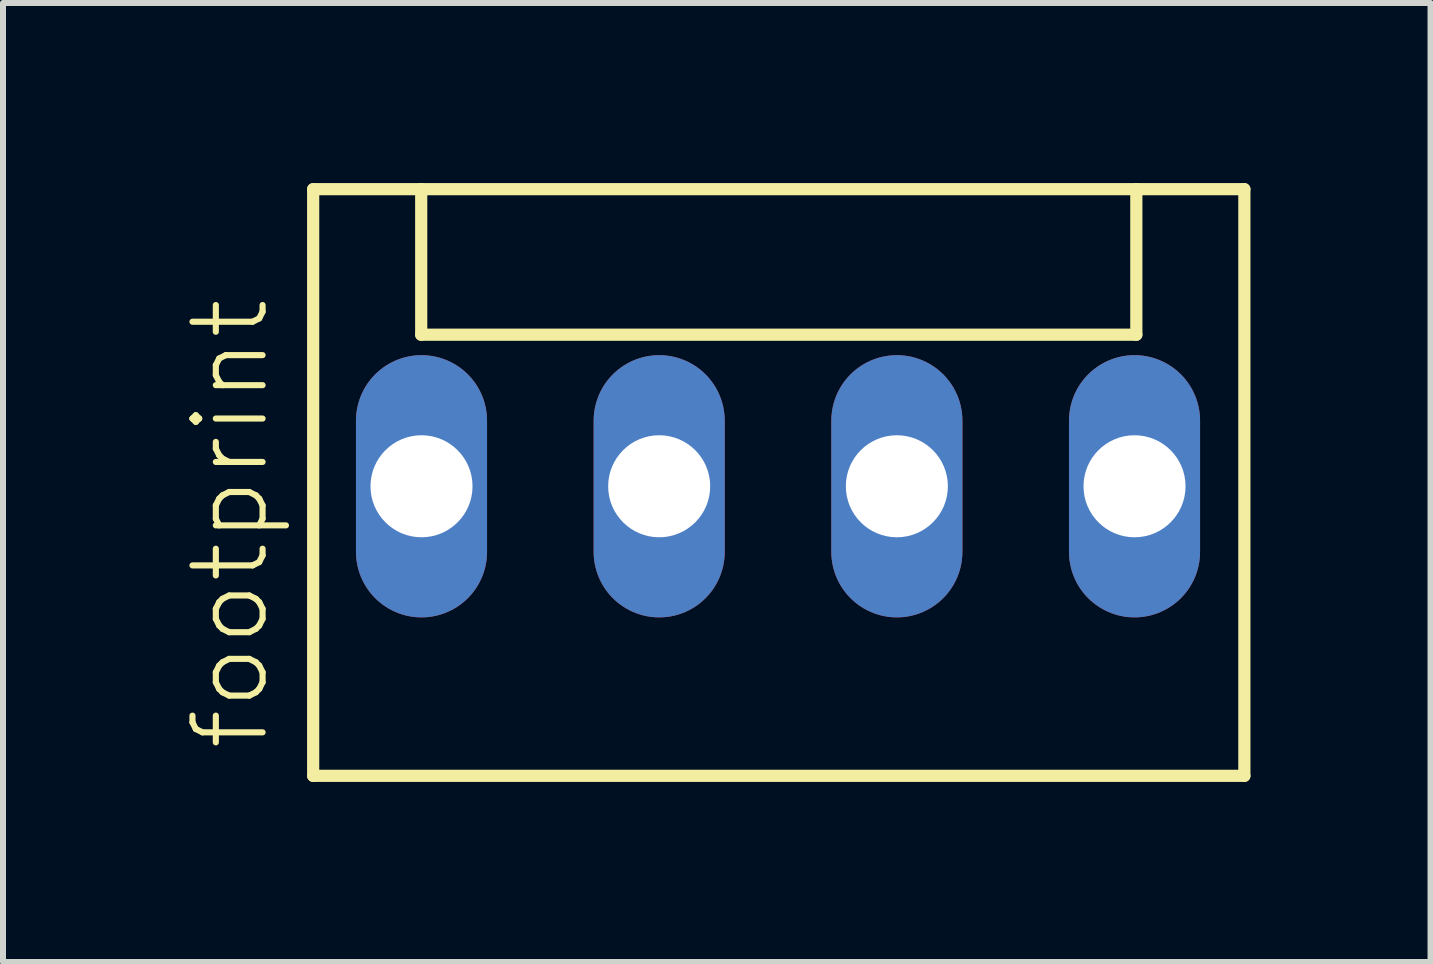
<source format=kicad_pcb>
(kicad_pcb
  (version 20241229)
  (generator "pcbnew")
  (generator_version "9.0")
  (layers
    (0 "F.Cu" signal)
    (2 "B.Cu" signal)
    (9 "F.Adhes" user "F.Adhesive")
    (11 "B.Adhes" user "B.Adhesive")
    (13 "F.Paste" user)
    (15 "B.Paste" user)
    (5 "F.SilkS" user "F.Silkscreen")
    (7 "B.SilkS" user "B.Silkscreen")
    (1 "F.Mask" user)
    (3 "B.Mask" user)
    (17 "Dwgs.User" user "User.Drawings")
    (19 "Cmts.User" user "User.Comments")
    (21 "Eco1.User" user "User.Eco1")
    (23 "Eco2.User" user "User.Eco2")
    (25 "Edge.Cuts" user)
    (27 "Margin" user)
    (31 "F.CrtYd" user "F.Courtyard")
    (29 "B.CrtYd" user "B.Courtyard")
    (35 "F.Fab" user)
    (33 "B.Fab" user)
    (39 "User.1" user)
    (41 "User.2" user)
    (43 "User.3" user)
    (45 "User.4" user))
  (footprint "footprint"
    (layer "F.Cu")
    (at 9.913 5.052)
    (property "Reference" "footprint" (at -8.44 4.445 90) (layer "F.SilkS") (effects (font (size 1.168 1.168) (thickness 0.102)) (justify left bottom)))
    (fp_line (start -7.745 -4.95) (end -7.745 4.825) (stroke (width 0.203) (type solid)) (layer "F.SilkS"))
    (fp_line (start -7.745 4.825) (end 7.77 4.825) (stroke (width 0.203) (type solid)) (layer "F.SilkS"))
    (fp_line (start -5.945 -4.95) (end -7.745 -4.95) (stroke (width 0.203) (type solid)) (layer "F.SilkS"))
    (fp_line (start -5.945 -2.525) (end -5.945 -4.95) (stroke (width 0.203) (type solid)) (layer "F.SilkS"))
    (fp_line (start -5.945 -2.525) (end 5.97 -2.525) (stroke (width 0.203) (type solid)) (layer "F.SilkS"))
    (fp_line (start 5.97 -4.95) (end -5.945 -4.95) (stroke (width 0.203) (type solid)) (layer "F.SilkS"))
    (fp_line (start 5.97 -2.525) (end 5.97 -4.95) (stroke (width 0.203) (type solid)) (layer "F.SilkS"))
    (fp_line (start 7.77 -4.95) (end 5.97 -4.95) (stroke (width 0.203) (type solid)) (layer "F.SilkS"))
    (fp_line (start 7.77 4.825) (end 7.77 -4.95) (stroke (width 0.203) (type solid)) (layer "F.SilkS"))
    (pad "1" thru_hole oval (at -5.94 0 90) (size 4.369 2.184) (drill 1.7) (layers "*.Cu" "*.Mask"))
    (pad "2" thru_hole oval (at -1.98 0 90) (size 4.369 2.184) (drill 1.7) (layers "*.Cu" "*.Mask"))
    (pad "3" thru_hole oval (at 1.98 0 90) (size 4.369 2.184) (drill 1.7) (layers "*.Cu" "*.Mask"))
    (pad "4" thru_hole oval (at 5.94 0 90) (size 4.369 2.184) (drill 1.7) (layers "*.Cu" "*.Mask")))
  (gr_rect
    (start -3 -3)
    (end 20.785 12.978)
    (stroke (width 0.1) (type default))
    (fill no)
    (layer "Edge.Cuts")))
</source>
